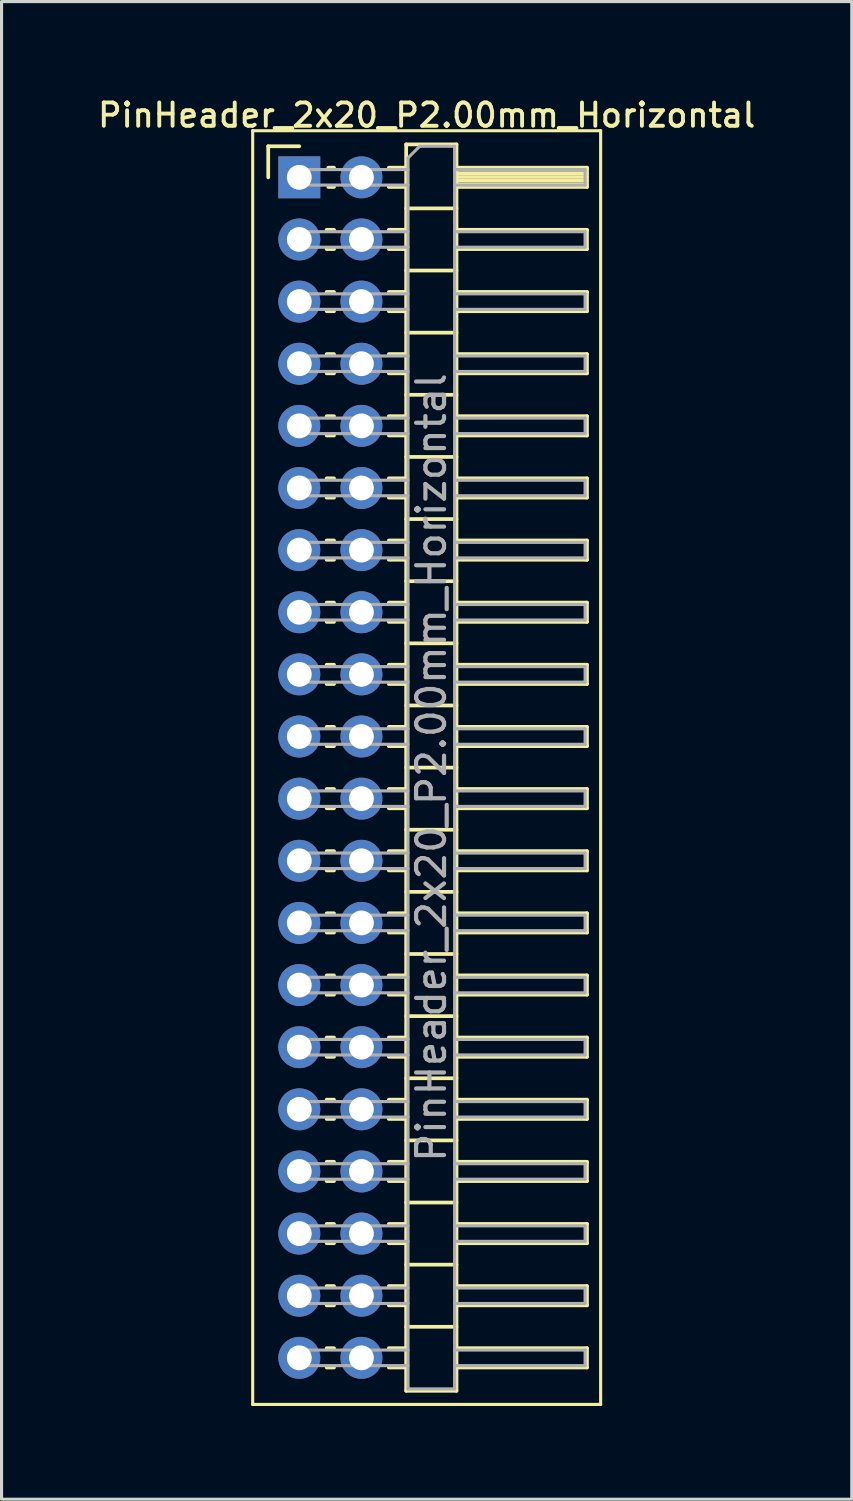
<source format=kicad_pcb>
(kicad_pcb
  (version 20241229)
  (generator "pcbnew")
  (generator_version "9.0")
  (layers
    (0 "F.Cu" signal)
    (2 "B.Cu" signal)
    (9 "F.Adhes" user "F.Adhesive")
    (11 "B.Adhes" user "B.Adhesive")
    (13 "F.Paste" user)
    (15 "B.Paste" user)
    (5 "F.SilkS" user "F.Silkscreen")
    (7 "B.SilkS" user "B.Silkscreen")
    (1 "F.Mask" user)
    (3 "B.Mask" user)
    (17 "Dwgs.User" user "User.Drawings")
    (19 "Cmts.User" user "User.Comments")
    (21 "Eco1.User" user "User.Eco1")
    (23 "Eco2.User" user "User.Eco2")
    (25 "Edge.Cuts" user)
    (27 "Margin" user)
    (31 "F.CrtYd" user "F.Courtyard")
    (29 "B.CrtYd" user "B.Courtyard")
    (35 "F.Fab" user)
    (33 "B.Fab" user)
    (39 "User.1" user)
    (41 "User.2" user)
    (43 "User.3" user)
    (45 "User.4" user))
  (footprint "PinHeader_2x20_P2.00mm_Horizontal"
    (layer "F.Cu")
    (at 6.584 2.658)
    (property "Reference" "PinHeader_2x20_P2.00mm_Horizontal" (at 4.1 -2 0) (layer "F.SilkS") (effects (font (size 0.75 0.75) (thickness 0.125))))
    (attr through_hole)
    (fp_line (start -1.5 -1.5) (end -1.5 39.5) (stroke (width 0.1) (type solid)) (layer "F.SilkS"))
    (fp_line (start -1.5 39.5) (end 9.7 39.5) (stroke (width 0.1) (type solid)) (layer "F.SilkS"))
    (fp_line (start -1 -1) (end 0 -1) (stroke (width 0.12) (type solid)) (layer "F.SilkS"))
    (fp_line (start -1 0) (end -1 -1) (stroke (width 0.12) (type solid)) (layer "F.SilkS"))
    (fp_line (start 0.882 1.69) (end 1.118 1.69) (stroke (width 0.12) (type solid)) (layer "F.SilkS"))
    (fp_line (start 0.882 2.31) (end 1.118 2.31) (stroke (width 0.12) (type solid)) (layer "F.SilkS"))
    (fp_line (start 0.882 3.69) (end 1.118 3.69) (stroke (width 0.12) (type solid)) (layer "F.SilkS"))
    (fp_line (start 0.882 4.31) (end 1.118 4.31) (stroke (width 0.12) (type solid)) (layer "F.SilkS"))
    (fp_line (start 0.882 5.69) (end 1.118 5.69) (stroke (width 0.12) (type solid)) (layer "F.SilkS"))
    (fp_line (start 0.882 6.31) (end 1.118 6.31) (stroke (width 0.12) (type solid)) (layer "F.SilkS"))
    (fp_line (start 0.882 7.69) (end 1.118 7.69) (stroke (width 0.12) (type solid)) (layer "F.SilkS"))
    (fp_line (start 0.882 8.31) (end 1.118 8.31) (stroke (width 0.12) (type solid)) (layer "F.SilkS"))
    (fp_line (start 0.882 9.69) (end 1.118 9.69) (stroke (width 0.12) (type solid)) (layer "F.SilkS"))
    (fp_line (start 0.882 10.31) (end 1.118 10.31) (stroke (width 0.12) (type solid)) (layer "F.SilkS"))
    (fp_line (start 0.882 11.69) (end 1.118 11.69) (stroke (width 0.12) (type solid)) (layer "F.SilkS"))
    (fp_line (start 0.882 12.31) (end 1.118 12.31) (stroke (width 0.12) (type solid)) (layer "F.SilkS"))
    (fp_line (start 0.882 13.69) (end 1.118 13.69) (stroke (width 0.12) (type solid)) (layer "F.SilkS"))
    (fp_line (start 0.882 14.31) (end 1.118 14.31) (stroke (width 0.12) (type solid)) (layer "F.SilkS"))
    (fp_line (start 0.882 15.69) (end 1.118 15.69) (stroke (width 0.12) (type solid)) (layer "F.SilkS"))
    (fp_line (start 0.882 16.31) (end 1.118 16.31) (stroke (width 0.12) (type solid)) (layer "F.SilkS"))
    (fp_line (start 0.882 17.69) (end 1.118 17.69) (stroke (width 0.12) (type solid)) (layer "F.SilkS"))
    (fp_line (start 0.882 18.31) (end 1.118 18.31) (stroke (width 0.12) (type solid)) (layer "F.SilkS"))
    (fp_line (start 0.882 19.69) (end 1.118 19.69) (stroke (width 0.12) (type solid)) (layer "F.SilkS"))
    (fp_line (start 0.882 20.31) (end 1.118 20.31) (stroke (width 0.12) (type solid)) (layer "F.SilkS"))
    (fp_line (start 0.882 21.69) (end 1.118 21.69) (stroke (width 0.12) (type solid)) (layer "F.SilkS"))
    (fp_line (start 0.882 22.31) (end 1.118 22.31) (stroke (width 0.12) (type solid)) (layer "F.SilkS"))
    (fp_line (start 0.882 23.69) (end 1.118 23.69) (stroke (width 0.12) (type solid)) (layer "F.SilkS"))
    (fp_line (start 0.882 24.31) (end 1.118 24.31) (stroke (width 0.12) (type solid)) (layer "F.SilkS"))
    (fp_line (start 0.882 25.69) (end 1.118 25.69) (stroke (width 0.12) (type solid)) (layer "F.SilkS"))
    (fp_line (start 0.882 26.31) (end 1.118 26.31) (stroke (width 0.12) (type solid)) (layer "F.SilkS"))
    (fp_line (start 0.882 27.69) (end 1.118 27.69) (stroke (width 0.12) (type solid)) (layer "F.SilkS"))
    (fp_line (start 0.882 28.31) (end 1.118 28.31) (stroke (width 0.12) (type solid)) (layer "F.SilkS"))
    (fp_line (start 0.882 29.69) (end 1.118 29.69) (stroke (width 0.12) (type solid)) (layer "F.SilkS"))
    (fp_line (start 0.882 30.31) (end 1.118 30.31) (stroke (width 0.12) (type solid)) (layer "F.SilkS"))
    (fp_line (start 0.882 31.69) (end 1.118 31.69) (stroke (width 0.12) (type solid)) (layer "F.SilkS"))
    (fp_line (start 0.882 32.31) (end 1.118 32.31) (stroke (width 0.12) (type solid)) (layer "F.SilkS"))
    (fp_line (start 0.882 33.69) (end 1.118 33.69) (stroke (width 0.12) (type solid)) (layer "F.SilkS"))
    (fp_line (start 0.882 34.31) (end 1.118 34.31) (stroke (width 0.12) (type solid)) (layer "F.SilkS"))
    (fp_line (start 0.882 35.69) (end 1.118 35.69) (stroke (width 0.12) (type solid)) (layer "F.SilkS"))
    (fp_line (start 0.882 36.31) (end 1.118 36.31) (stroke (width 0.12) (type solid)) (layer "F.SilkS"))
    (fp_line (start 0.882 37.69) (end 1.118 37.69) (stroke (width 0.12) (type solid)) (layer "F.SilkS"))
    (fp_line (start 0.882 38.31) (end 1.118 38.31) (stroke (width 0.12) (type solid)) (layer "F.SilkS"))
    (fp_line (start 0.935 -0.31) (end 1.118 -0.31) (stroke (width 0.12) (type solid)) (layer "F.SilkS"))
    (fp_line (start 0.935 0.31) (end 1.118 0.31) (stroke (width 0.12) (type solid)) (layer "F.SilkS"))
    (fp_line (start 2.882 -0.31) (end 3.44 -0.31) (stroke (width 0.12) (type solid)) (layer "F.SilkS"))
    (fp_line (start 2.882 0.31) (end 3.44 0.31) (stroke (width 0.12) (type solid)) (layer "F.SilkS"))
    (fp_line (start 2.882 1.69) (end 3.44 1.69) (stroke (width 0.12) (type solid)) (layer "F.SilkS"))
    (fp_line (start 2.882 2.31) (end 3.44 2.31) (stroke (width 0.12) (type solid)) (layer "F.SilkS"))
    (fp_line (start 2.882 3.69) (end 3.44 3.69) (stroke (width 0.12) (type solid)) (layer "F.SilkS"))
    (fp_line (start 2.882 4.31) (end 3.44 4.31) (stroke (width 0.12) (type solid)) (layer "F.SilkS"))
    (fp_line (start 2.882 5.69) (end 3.44 5.69) (stroke (width 0.12) (type solid)) (layer "F.SilkS"))
    (fp_line (start 2.882 6.31) (end 3.44 6.31) (stroke (width 0.12) (type solid)) (layer "F.SilkS"))
    (fp_line (start 2.882 7.69) (end 3.44 7.69) (stroke (width 0.12) (type solid)) (layer "F.SilkS"))
    (fp_line (start 2.882 8.31) (end 3.44 8.31) (stroke (width 0.12) (type solid)) (layer "F.SilkS"))
    (fp_line (start 2.882 9.69) (end 3.44 9.69) (stroke (width 0.12) (type solid)) (layer "F.SilkS"))
    (fp_line (start 2.882 10.31) (end 3.44 10.31) (stroke (width 0.12) (type solid)) (layer "F.SilkS"))
    (fp_line (start 2.882 11.69) (end 3.44 11.69) (stroke (width 0.12) (type solid)) (layer "F.SilkS"))
    (fp_line (start 2.882 12.31) (end 3.44 12.31) (stroke (width 0.12) (type solid)) (layer "F.SilkS"))
    (fp_line (start 2.882 13.69) (end 3.44 13.69) (stroke (width 0.12) (type solid)) (layer "F.SilkS"))
    (fp_line (start 2.882 14.31) (end 3.44 14.31) (stroke (width 0.12) (type solid)) (layer "F.SilkS"))
    (fp_line (start 2.882 15.69) (end 3.44 15.69) (stroke (width 0.12) (type solid)) (layer "F.SilkS"))
    (fp_line (start 2.882 16.31) (end 3.44 16.31) (stroke (width 0.12) (type solid)) (layer "F.SilkS"))
    (fp_line (start 2.882 17.69) (end 3.44 17.69) (stroke (width 0.12) (type solid)) (layer "F.SilkS"))
    (fp_line (start 2.882 18.31) (end 3.44 18.31) (stroke (width 0.12) (type solid)) (layer "F.SilkS"))
    (fp_line (start 2.882 19.69) (end 3.44 19.69) (stroke (width 0.12) (type solid)) (layer "F.SilkS"))
    (fp_line (start 2.882 20.31) (end 3.44 20.31) (stroke (width 0.12) (type solid)) (layer "F.SilkS"))
    (fp_line (start 2.882 21.69) (end 3.44 21.69) (stroke (width 0.12) (type solid)) (layer "F.SilkS"))
    (fp_line (start 2.882 22.31) (end 3.44 22.31) (stroke (width 0.12) (type solid)) (layer "F.SilkS"))
    (fp_line (start 2.882 23.69) (end 3.44 23.69) (stroke (width 0.12) (type solid)) (layer "F.SilkS"))
    (fp_line (start 2.882 24.31) (end 3.44 24.31) (stroke (width 0.12) (type solid)) (layer "F.SilkS"))
    (fp_line (start 2.882 25.69) (end 3.44 25.69) (stroke (width 0.12) (type solid)) (layer "F.SilkS"))
    (fp_line (start 2.882 26.31) (end 3.44 26.31) (stroke (width 0.12) (type solid)) (layer "F.SilkS"))
    (fp_line (start 2.882 27.69) (end 3.44 27.69) (stroke (width 0.12) (type solid)) (layer "F.SilkS"))
    (fp_line (start 2.882 28.31) (end 3.44 28.31) (stroke (width 0.12) (type solid)) (layer "F.SilkS"))
    (fp_line (start 2.882 29.69) (end 3.44 29.69) (stroke (width 0.12) (type solid)) (layer "F.SilkS"))
    (fp_line (start 2.882 30.31) (end 3.44 30.31) (stroke (width 0.12) (type solid)) (layer "F.SilkS"))
    (fp_line (start 2.882 31.69) (end 3.44 31.69) (stroke (width 0.12) (type solid)) (layer "F.SilkS"))
    (fp_line (start 2.882 32.31) (end 3.44 32.31) (stroke (width 0.12) (type solid)) (layer "F.SilkS"))
    (fp_line (start 2.882 33.69) (end 3.44 33.69) (stroke (width 0.12) (type solid)) (layer "F.SilkS"))
    (fp_line (start 2.882 34.31) (end 3.44 34.31) (stroke (width 0.12) (type solid)) (layer "F.SilkS"))
    (fp_line (start 2.882 35.69) (end 3.44 35.69) (stroke (width 0.12) (type solid)) (layer "F.SilkS"))
    (fp_line (start 2.882 36.31) (end 3.44 36.31) (stroke (width 0.12) (type solid)) (layer "F.SilkS"))
    (fp_line (start 2.882 37.69) (end 3.44 37.69) (stroke (width 0.12) (type solid)) (layer "F.SilkS"))
    (fp_line (start 2.882 38.31) (end 3.44 38.31) (stroke (width 0.12) (type solid)) (layer "F.SilkS"))
    (fp_line (start 3.44 -1.06) (end 3.44 39.06) (stroke (width 0.12) (type solid)) (layer "F.SilkS"))
    (fp_line (start 3.44 1) (end 5.06 1) (stroke (width 0.12) (type solid)) (layer "F.SilkS"))
    (fp_line (start 3.44 3) (end 5.06 3) (stroke (width 0.12) (type solid)) (layer "F.SilkS"))
    (fp_line (start 3.44 5) (end 5.06 5) (stroke (width 0.12) (type solid)) (layer "F.SilkS"))
    (fp_line (start 3.44 7) (end 5.06 7) (stroke (width 0.12) (type solid)) (layer "F.SilkS"))
    (fp_line (start 3.44 9) (end 5.06 9) (stroke (width 0.12) (type solid)) (layer "F.SilkS"))
    (fp_line (start 3.44 11) (end 5.06 11) (stroke (width 0.12) (type solid)) (layer "F.SilkS"))
    (fp_line (start 3.44 13) (end 5.06 13) (stroke (width 0.12) (type solid)) (layer "F.SilkS"))
    (fp_line (start 3.44 15) (end 5.06 15) (stroke (width 0.12) (type solid)) (layer "F.SilkS"))
    (fp_line (start 3.44 17) (end 5.06 17) (stroke (width 0.12) (type solid)) (layer "F.SilkS"))
    (fp_line (start 3.44 19) (end 5.06 19) (stroke (width 0.12) (type solid)) (layer "F.SilkS"))
    (fp_line (start 3.44 21) (end 5.06 21) (stroke (width 0.12) (type solid)) (layer "F.SilkS"))
    (fp_line (start 3.44 23) (end 5.06 23) (stroke (width 0.12) (type solid)) (layer "F.SilkS"))
    (fp_line (start 3.44 25) (end 5.06 25) (stroke (width 0.12) (type solid)) (layer "F.SilkS"))
    (fp_line (start 3.44 27) (end 5.06 27) (stroke (width 0.12) (type solid)) (layer "F.SilkS"))
    (fp_line (start 3.44 29) (end 5.06 29) (stroke (width 0.12) (type solid)) (layer "F.SilkS"))
    (fp_line (start 3.44 31) (end 5.06 31) (stroke (width 0.12) (type solid)) (layer "F.SilkS"))
    (fp_line (start 3.44 33) (end 5.06 33) (stroke (width 0.12) (type solid)) (layer "F.SilkS"))
    (fp_line (start 3.44 35) (end 5.06 35) (stroke (width 0.12) (type solid)) (layer "F.SilkS"))
    (fp_line (start 3.44 37) (end 5.06 37) (stroke (width 0.12) (type solid)) (layer "F.SilkS"))
    (fp_line (start 3.44 39.06) (end 5.06 39.06) (stroke (width 0.12) (type solid)) (layer "F.SilkS"))
    (fp_line (start 5.06 -1.06) (end 3.44 -1.06) (stroke (width 0.12) (type solid)) (layer "F.SilkS"))
    (fp_line (start 5.06 -0.31) (end 9.26 -0.31) (stroke (width 0.12) (type solid)) (layer "F.SilkS"))
    (fp_line (start 5.06 -0.25) (end 9.26 -0.25) (stroke (width 0.12) (type solid)) (layer "F.SilkS"))
    (fp_line (start 5.06 -0.13) (end 9.26 -0.13) (stroke (width 0.12) (type solid)) (layer "F.SilkS"))
    (fp_line (start 5.06 -0.01) (end 9.26 -0.01) (stroke (width 0.12) (type solid)) (layer "F.SilkS"))
    (fp_line (start 5.06 0.11) (end 9.26 0.11) (stroke (width 0.12) (type solid)) (layer "F.SilkS"))
    (fp_line (start 5.06 0.23) (end 9.26 0.23) (stroke (width 0.12) (type solid)) (layer "F.SilkS"))
    (fp_line (start 5.06 1.69) (end 9.26 1.69) (stroke (width 0.12) (type solid)) (layer "F.SilkS"))
    (fp_line (start 5.06 3.69) (end 9.26 3.69) (stroke (width 0.12) (type solid)) (layer "F.SilkS"))
    (fp_line (start 5.06 5.69) (end 9.26 5.69) (stroke (width 0.12) (type solid)) (layer "F.SilkS"))
    (fp_line (start 5.06 7.69) (end 9.26 7.69) (stroke (width 0.12) (type solid)) (layer "F.SilkS"))
    (fp_line (start 5.06 9.69) (end 9.26 9.69) (stroke (width 0.12) (type solid)) (layer "F.SilkS"))
    (fp_line (start 5.06 11.69) (end 9.26 11.69) (stroke (width 0.12) (type solid)) (layer "F.SilkS"))
    (fp_line (start 5.06 13.69) (end 9.26 13.69) (stroke (width 0.12) (type solid)) (layer "F.SilkS"))
    (fp_line (start 5.06 15.69) (end 9.26 15.69) (stroke (width 0.12) (type solid)) (layer "F.SilkS"))
    (fp_line (start 5.06 17.69) (end 9.26 17.69) (stroke (width 0.12) (type solid)) (layer "F.SilkS"))
    (fp_line (start 5.06 19.69) (end 9.26 19.69) (stroke (width 0.12) (type solid)) (layer "F.SilkS"))
    (fp_line (start 5.06 21.69) (end 9.26 21.69) (stroke (width 0.12) (type solid)) (layer "F.SilkS"))
    (fp_line (start 5.06 23.69) (end 9.26 23.69) (stroke (width 0.12) (type solid)) (layer "F.SilkS"))
    (fp_line (start 5.06 25.69) (end 9.26 25.69) (stroke (width 0.12) (type solid)) (layer "F.SilkS"))
    (fp_line (start 5.06 27.69) (end 9.26 27.69) (stroke (width 0.12) (type solid)) (layer "F.SilkS"))
    (fp_line (start 5.06 29.69) (end 9.26 29.69) (stroke (width 0.12) (type solid)) (layer "F.SilkS"))
    (fp_line (start 5.06 31.69) (end 9.26 31.69) (stroke (width 0.12) (type solid)) (layer "F.SilkS"))
    (fp_line (start 5.06 33.69) (end 9.26 33.69) (stroke (width 0.12) (type solid)) (layer "F.SilkS"))
    (fp_line (start 5.06 35.69) (end 9.26 35.69) (stroke (width 0.12) (type solid)) (layer "F.SilkS"))
    (fp_line (start 5.06 37.69) (end 9.26 37.69) (stroke (width 0.12) (type solid)) (layer "F.SilkS"))
    (fp_line (start 5.06 39.06) (end 5.06 -1.06) (stroke (width 0.12) (type solid)) (layer "F.SilkS"))
    (fp_line (start 9.26 -0.31) (end 9.26 0.31) (stroke (width 0.12) (type solid)) (layer "F.SilkS"))
    (fp_line (start 9.26 0.31) (end 5.06 0.31) (stroke (width 0.12) (type solid)) (layer "F.SilkS"))
    (fp_line (start 9.26 1.69) (end 9.26 2.31) (stroke (width 0.12) (type solid)) (layer "F.SilkS"))
    (fp_line (start 9.26 2.31) (end 5.06 2.31) (stroke (width 0.12) (type solid)) (layer "F.SilkS"))
    (fp_line (start 9.26 3.69) (end 9.26 4.31) (stroke (width 0.12) (type solid)) (layer "F.SilkS"))
    (fp_line (start 9.26 4.31) (end 5.06 4.31) (stroke (width 0.12) (type solid)) (layer "F.SilkS"))
    (fp_line (start 9.26 5.69) (end 9.26 6.31) (stroke (width 0.12) (type solid)) (layer "F.SilkS"))
    (fp_line (start 9.26 6.31) (end 5.06 6.31) (stroke (width 0.12) (type solid)) (layer "F.SilkS"))
    (fp_line (start 9.26 7.69) (end 9.26 8.31) (stroke (width 0.12) (type solid)) (layer "F.SilkS"))
    (fp_line (start 9.26 8.31) (end 5.06 8.31) (stroke (width 0.12) (type solid)) (layer "F.SilkS"))
    (fp_line (start 9.26 9.69) (end 9.26 10.31) (stroke (width 0.12) (type solid)) (layer "F.SilkS"))
    (fp_line (start 9.26 10.31) (end 5.06 10.31) (stroke (width 0.12) (type solid)) (layer "F.SilkS"))
    (fp_line (start 9.26 11.69) (end 9.26 12.31) (stroke (width 0.12) (type solid)) (layer "F.SilkS"))
    (fp_line (start 9.26 12.31) (end 5.06 12.31) (stroke (width 0.12) (type solid)) (layer "F.SilkS"))
    (fp_line (start 9.26 13.69) (end 9.26 14.31) (stroke (width 0.12) (type solid)) (layer "F.SilkS"))
    (fp_line (start 9.26 14.31) (end 5.06 14.31) (stroke (width 0.12) (type solid)) (layer "F.SilkS"))
    (fp_line (start 9.26 15.69) (end 9.26 16.31) (stroke (width 0.12) (type solid)) (layer "F.SilkS"))
    (fp_line (start 9.26 16.31) (end 5.06 16.31) (stroke (width 0.12) (type solid)) (layer "F.SilkS"))
    (fp_line (start 9.26 17.69) (end 9.26 18.31) (stroke (width 0.12) (type solid)) (layer "F.SilkS"))
    (fp_line (start 9.26 18.31) (end 5.06 18.31) (stroke (width 0.12) (type solid)) (layer "F.SilkS"))
    (fp_line (start 9.26 19.69) (end 9.26 20.31) (stroke (width 0.12) (type solid)) (layer "F.SilkS"))
    (fp_line (start 9.26 20.31) (end 5.06 20.31) (stroke (width 0.12) (type solid)) (layer "F.SilkS"))
    (fp_line (start 9.26 21.69) (end 9.26 22.31) (stroke (width 0.12) (type solid)) (layer "F.SilkS"))
    (fp_line (start 9.26 22.31) (end 5.06 22.31) (stroke (width 0.12) (type solid)) (layer "F.SilkS"))
    (fp_line (start 9.26 23.69) (end 9.26 24.31) (stroke (width 0.12) (type solid)) (layer "F.SilkS"))
    (fp_line (start 9.26 24.31) (end 5.06 24.31) (stroke (width 0.12) (type solid)) (layer "F.SilkS"))
    (fp_line (start 9.26 25.69) (end 9.26 26.31) (stroke (width 0.12) (type solid)) (layer "F.SilkS"))
    (fp_line (start 9.26 26.31) (end 5.06 26.31) (stroke (width 0.12) (type solid)) (layer "F.SilkS"))
    (fp_line (start 9.26 27.69) (end 9.26 28.31) (stroke (width 0.12) (type solid)) (layer "F.SilkS"))
    (fp_line (start 9.26 28.31) (end 5.06 28.31) (stroke (width 0.12) (type solid)) (layer "F.SilkS"))
    (fp_line (start 9.26 29.69) (end 9.26 30.31) (stroke (width 0.12) (type solid)) (layer "F.SilkS"))
    (fp_line (start 9.26 30.31) (end 5.06 30.31) (stroke (width 0.12) (type solid)) (layer "F.SilkS"))
    (fp_line (start 9.26 31.69) (end 9.26 32.31) (stroke (width 0.12) (type solid)) (layer "F.SilkS"))
    (fp_line (start 9.26 32.31) (end 5.06 32.31) (stroke (width 0.12) (type solid)) (layer "F.SilkS"))
    (fp_line (start 9.26 33.69) (end 9.26 34.31) (stroke (width 0.12) (type solid)) (layer "F.SilkS"))
    (fp_line (start 9.26 34.31) (end 5.06 34.31) (stroke (width 0.12) (type solid)) (layer "F.SilkS"))
    (fp_line (start 9.26 35.69) (end 9.26 36.31) (stroke (width 0.12) (type solid)) (layer "F.SilkS"))
    (fp_line (start 9.26 36.31) (end 5.06 36.31) (stroke (width 0.12) (type solid)) (layer "F.SilkS"))
    (fp_line (start 9.26 37.69) (end 9.26 38.31) (stroke (width 0.12) (type solid)) (layer "F.SilkS"))
    (fp_line (start 9.26 38.31) (end 5.06 38.31) (stroke (width 0.12) (type solid)) (layer "F.SilkS"))
    (fp_line (start 9.7 -1.5) (end -1.5 -1.5) (stroke (width 0.1) (type solid)) (layer "F.SilkS"))
    (fp_line (start 9.7 39.5) (end 9.7 -1.5) (stroke (width 0.1) (type solid)) (layer "F.SilkS"))
    (fp_line (start -0.25 -0.25) (end -0.25 0.25) (stroke (width 0.1) (type solid)) (layer "F.Fab"))
    (fp_line (start -0.25 -0.25) (end 3.5 -0.25) (stroke (width 0.1) (type solid)) (layer "F.Fab"))
    (fp_line (start -0.25 0.25) (end 3.5 0.25) (stroke (width 0.1) (type solid)) (layer "F.Fab"))
    (fp_line (start -0.25 1.75) (end -0.25 2.25) (stroke (width 0.1) (type solid)) (layer "F.Fab"))
    (fp_line (start -0.25 1.75) (end 3.5 1.75) (stroke (width 0.1) (type solid)) (layer "F.Fab"))
    (fp_line (start -0.25 2.25) (end 3.5 2.25) (stroke (width 0.1) (type solid)) (layer "F.Fab"))
    (fp_line (start -0.25 3.75) (end -0.25 4.25) (stroke (width 0.1) (type solid)) (layer "F.Fab"))
    (fp_line (start -0.25 3.75) (end 3.5 3.75) (stroke (width 0.1) (type solid)) (layer "F.Fab"))
    (fp_line (start -0.25 4.25) (end 3.5 4.25) (stroke (width 0.1) (type solid)) (layer "F.Fab"))
    (fp_line (start -0.25 5.75) (end -0.25 6.25) (stroke (width 0.1) (type solid)) (layer "F.Fab"))
    (fp_line (start -0.25 5.75) (end 3.5 5.75) (stroke (width 0.1) (type solid)) (layer "F.Fab"))
    (fp_line (start -0.25 6.25) (end 3.5 6.25) (stroke (width 0.1) (type solid)) (layer "F.Fab"))
    (fp_line (start -0.25 7.75) (end -0.25 8.25) (stroke (width 0.1) (type solid)) (layer "F.Fab"))
    (fp_line (start -0.25 7.75) (end 3.5 7.75) (stroke (width 0.1) (type solid)) (layer "F.Fab"))
    (fp_line (start -0.25 8.25) (end 3.5 8.25) (stroke (width 0.1) (type solid)) (layer "F.Fab"))
    (fp_line (start -0.25 9.75) (end -0.25 10.25) (stroke (width 0.1) (type solid)) (layer "F.Fab"))
    (fp_line (start -0.25 9.75) (end 3.5 9.75) (stroke (width 0.1) (type solid)) (layer "F.Fab"))
    (fp_line (start -0.25 10.25) (end 3.5 10.25) (stroke (width 0.1) (type solid)) (layer "F.Fab"))
    (fp_line (start -0.25 11.75) (end -0.25 12.25) (stroke (width 0.1) (type solid)) (layer "F.Fab"))
    (fp_line (start -0.25 11.75) (end 3.5 11.75) (stroke (width 0.1) (type solid)) (layer "F.Fab"))
    (fp_line (start -0.25 12.25) (end 3.5 12.25) (stroke (width 0.1) (type solid)) (layer "F.Fab"))
    (fp_line (start -0.25 13.75) (end -0.25 14.25) (stroke (width 0.1) (type solid)) (layer "F.Fab"))
    (fp_line (start -0.25 13.75) (end 3.5 13.75) (stroke (width 0.1) (type solid)) (layer "F.Fab"))
    (fp_line (start -0.25 14.25) (end 3.5 14.25) (stroke (width 0.1) (type solid)) (layer "F.Fab"))
    (fp_line (start -0.25 15.75) (end -0.25 16.25) (stroke (width 0.1) (type solid)) (layer "F.Fab"))
    (fp_line (start -0.25 15.75) (end 3.5 15.75) (stroke (width 0.1) (type solid)) (layer "F.Fab"))
    (fp_line (start -0.25 16.25) (end 3.5 16.25) (stroke (width 0.1) (type solid)) (layer "F.Fab"))
    (fp_line (start -0.25 17.75) (end -0.25 18.25) (stroke (width 0.1) (type solid)) (layer "F.Fab"))
    (fp_line (start -0.25 17.75) (end 3.5 17.75) (stroke (width 0.1) (type solid)) (layer "F.Fab"))
    (fp_line (start -0.25 18.25) (end 3.5 18.25) (stroke (width 0.1) (type solid)) (layer "F.Fab"))
    (fp_line (start -0.25 19.75) (end -0.25 20.25) (stroke (width 0.1) (type solid)) (layer "F.Fab"))
    (fp_line (start -0.25 19.75) (end 3.5 19.75) (stroke (width 0.1) (type solid)) (layer "F.Fab"))
    (fp_line (start -0.25 20.25) (end 3.5 20.25) (stroke (width 0.1) (type solid)) (layer "F.Fab"))
    (fp_line (start -0.25 21.75) (end -0.25 22.25) (stroke (width 0.1) (type solid)) (layer "F.Fab"))
    (fp_line (start -0.25 21.75) (end 3.5 21.75) (stroke (width 0.1) (type solid)) (layer "F.Fab"))
    (fp_line (start -0.25 22.25) (end 3.5 22.25) (stroke (width 0.1) (type solid)) (layer "F.Fab"))
    (fp_line (start -0.25 23.75) (end -0.25 24.25) (stroke (width 0.1) (type solid)) (layer "F.Fab"))
    (fp_line (start -0.25 23.75) (end 3.5 23.75) (stroke (width 0.1) (type solid)) (layer "F.Fab"))
    (fp_line (start -0.25 24.25) (end 3.5 24.25) (stroke (width 0.1) (type solid)) (layer "F.Fab"))
    (fp_line (start -0.25 25.75) (end -0.25 26.25) (stroke (width 0.1) (type solid)) (layer "F.Fab"))
    (fp_line (start -0.25 25.75) (end 3.5 25.75) (stroke (width 0.1) (type solid)) (layer "F.Fab"))
    (fp_line (start -0.25 26.25) (end 3.5 26.25) (stroke (width 0.1) (type solid)) (layer "F.Fab"))
    (fp_line (start -0.25 27.75) (end -0.25 28.25) (stroke (width 0.1) (type solid)) (layer "F.Fab"))
    (fp_line (start -0.25 27.75) (end 3.5 27.75) (stroke (width 0.1) (type solid)) (layer "F.Fab"))
    (fp_line (start -0.25 28.25) (end 3.5 28.25) (stroke (width 0.1) (type solid)) (layer "F.Fab"))
    (fp_line (start -0.25 29.75) (end -0.25 30.25) (stroke (width 0.1) (type solid)) (layer "F.Fab"))
    (fp_line (start -0.25 29.75) (end 3.5 29.75) (stroke (width 0.1) (type solid)) (layer "F.Fab"))
    (fp_line (start -0.25 30.25) (end 3.5 30.25) (stroke (width 0.1) (type solid)) (layer "F.Fab"))
    (fp_line (start -0.25 31.75) (end -0.25 32.25) (stroke (width 0.1) (type solid)) (layer "F.Fab"))
    (fp_line (start -0.25 31.75) (end 3.5 31.75) (stroke (width 0.1) (type solid)) (layer "F.Fab"))
    (fp_line (start -0.25 32.25) (end 3.5 32.25) (stroke (width 0.1) (type solid)) (layer "F.Fab"))
    (fp_line (start -0.25 33.75) (end -0.25 34.25) (stroke (width 0.1) (type solid)) (layer "F.Fab"))
    (fp_line (start -0.25 33.75) (end 3.5 33.75) (stroke (width 0.1) (type solid)) (layer "F.Fab"))
    (fp_line (start -0.25 34.25) (end 3.5 34.25) (stroke (width 0.1) (type solid)) (layer "F.Fab"))
    (fp_line (start -0.25 35.75) (end -0.25 36.25) (stroke (width 0.1) (type solid)) (layer "F.Fab"))
    (fp_line (start -0.25 35.75) (end 3.5 35.75) (stroke (width 0.1) (type solid)) (layer "F.Fab"))
    (fp_line (start -0.25 36.25) (end 3.5 36.25) (stroke (width 0.1) (type solid)) (layer "F.Fab"))
    (fp_line (start -0.25 37.75) (end -0.25 38.25) (stroke (width 0.1) (type solid)) (layer "F.Fab"))
    (fp_line (start -0.25 37.75) (end 3.5 37.75) (stroke (width 0.1) (type solid)) (layer "F.Fab"))
    (fp_line (start -0.25 38.25) (end 3.5 38.25) (stroke (width 0.1) (type solid)) (layer "F.Fab"))
    (fp_line (start 3.5 -0.625) (end 3.875 -1) (stroke (width 0.1) (type solid)) (layer "F.Fab"))
    (fp_line (start 3.5 39) (end 3.5 -0.625) (stroke (width 0.1) (type solid)) (layer "F.Fab"))
    (fp_line (start 3.875 -1) (end 5 -1) (stroke (width 0.1) (type solid)) (layer "F.Fab"))
    (fp_line (start 5 -1) (end 5 39) (stroke (width 0.1) (type solid)) (layer "F.Fab"))
    (fp_line (start 5 -0.25) (end 9.2 -0.25) (stroke (width 0.1) (type solid)) (layer "F.Fab"))
    (fp_line (start 5 0.25) (end 9.2 0.25) (stroke (width 0.1) (type solid)) (layer "F.Fab"))
    (fp_line (start 5 1.75) (end 9.2 1.75) (stroke (width 0.1) (type solid)) (layer "F.Fab"))
    (fp_line (start 5 2.25) (end 9.2 2.25) (stroke (width 0.1) (type solid)) (layer "F.Fab"))
    (fp_line (start 5 3.75) (end 9.2 3.75) (stroke (width 0.1) (type solid)) (layer "F.Fab"))
    (fp_line (start 5 4.25) (end 9.2 4.25) (stroke (width 0.1) (type solid)) (layer "F.Fab"))
    (fp_line (start 5 5.75) (end 9.2 5.75) (stroke (width 0.1) (type solid)) (layer "F.Fab"))
    (fp_line (start 5 6.25) (end 9.2 6.25) (stroke (width 0.1) (type solid)) (layer "F.Fab"))
    (fp_line (start 5 7.75) (end 9.2 7.75) (stroke (width 0.1) (type solid)) (layer "F.Fab"))
    (fp_line (start 5 8.25) (end 9.2 8.25) (stroke (width 0.1) (type solid)) (layer "F.Fab"))
    (fp_line (start 5 9.75) (end 9.2 9.75) (stroke (width 0.1) (type solid)) (layer "F.Fab"))
    (fp_line (start 5 10.25) (end 9.2 10.25) (stroke (width 0.1) (type solid)) (layer "F.Fab"))
    (fp_line (start 5 11.75) (end 9.2 11.75) (stroke (width 0.1) (type solid)) (layer "F.Fab"))
    (fp_line (start 5 12.25) (end 9.2 12.25) (stroke (width 0.1) (type solid)) (layer "F.Fab"))
    (fp_line (start 5 13.75) (end 9.2 13.75) (stroke (width 0.1) (type solid)) (layer "F.Fab"))
    (fp_line (start 5 14.25) (end 9.2 14.25) (stroke (width 0.1) (type solid)) (layer "F.Fab"))
    (fp_line (start 5 15.75) (end 9.2 15.75) (stroke (width 0.1) (type solid)) (layer "F.Fab"))
    (fp_line (start 5 16.25) (end 9.2 16.25) (stroke (width 0.1) (type solid)) (layer "F.Fab"))
    (fp_line (start 5 17.75) (end 9.2 17.75) (stroke (width 0.1) (type solid)) (layer "F.Fab"))
    (fp_line (start 5 18.25) (end 9.2 18.25) (stroke (width 0.1) (type solid)) (layer "F.Fab"))
    (fp_line (start 5 19.75) (end 9.2 19.75) (stroke (width 0.1) (type solid)) (layer "F.Fab"))
    (fp_line (start 5 20.25) (end 9.2 20.25) (stroke (width 0.1) (type solid)) (layer "F.Fab"))
    (fp_line (start 5 21.75) (end 9.2 21.75) (stroke (width 0.1) (type solid)) (layer "F.Fab"))
    (fp_line (start 5 22.25) (end 9.2 22.25) (stroke (width 0.1) (type solid)) (layer "F.Fab"))
    (fp_line (start 5 23.75) (end 9.2 23.75) (stroke (width 0.1) (type solid)) (layer "F.Fab"))
    (fp_line (start 5 24.25) (end 9.2 24.25) (stroke (width 0.1) (type solid)) (layer "F.Fab"))
    (fp_line (start 5 25.75) (end 9.2 25.75) (stroke (width 0.1) (type solid)) (layer "F.Fab"))
    (fp_line (start 5 26.25) (end 9.2 26.25) (stroke (width 0.1) (type solid)) (layer "F.Fab"))
    (fp_line (start 5 27.75) (end 9.2 27.75) (stroke (width 0.1) (type solid)) (layer "F.Fab"))
    (fp_line (start 5 28.25) (end 9.2 28.25) (stroke (width 0.1) (type solid)) (layer "F.Fab"))
    (fp_line (start 5 29.75) (end 9.2 29.75) (stroke (width 0.1) (type solid)) (layer "F.Fab"))
    (fp_line (start 5 30.25) (end 9.2 30.25) (stroke (width 0.1) (type solid)) (layer "F.Fab"))
    (fp_line (start 5 31.75) (end 9.2 31.75) (stroke (width 0.1) (type solid)) (layer "F.Fab"))
    (fp_line (start 5 32.25) (end 9.2 32.25) (stroke (width 0.1) (type solid)) (layer "F.Fab"))
    (fp_line (start 5 33.75) (end 9.2 33.75) (stroke (width 0.1) (type solid)) (layer "F.Fab"))
    (fp_line (start 5 34.25) (end 9.2 34.25) (stroke (width 0.1) (type solid)) (layer "F.Fab"))
    (fp_line (start 5 35.75) (end 9.2 35.75) (stroke (width 0.1) (type solid)) (layer "F.Fab"))
    (fp_line (start 5 36.25) (end 9.2 36.25) (stroke (width 0.1) (type solid)) (layer "F.Fab"))
    (fp_line (start 5 37.75) (end 9.2 37.75) (stroke (width 0.1) (type solid)) (layer "F.Fab"))
    (fp_line (start 5 38.25) (end 9.2 38.25) (stroke (width 0.1) (type solid)) (layer "F.Fab"))
    (fp_line (start 5 39) (end 3.5 39) (stroke (width 0.1) (type solid)) (layer "F.Fab"))
    (fp_line (start 9.2 -0.25) (end 9.2 0.25) (stroke (width 0.1) (type solid)) (layer "F.Fab"))
    (fp_line (start 9.2 1.75) (end 9.2 2.25) (stroke (width 0.1) (type solid)) (layer "F.Fab"))
    (fp_line (start 9.2 3.75) (end 9.2 4.25) (stroke (width 0.1) (type solid)) (layer "F.Fab"))
    (fp_line (start 9.2 5.75) (end 9.2 6.25) (stroke (width 0.1) (type solid)) (layer "F.Fab"))
    (fp_line (start 9.2 7.75) (end 9.2 8.25) (stroke (width 0.1) (type solid)) (layer "F.Fab"))
    (fp_line (start 9.2 9.75) (end 9.2 10.25) (stroke (width 0.1) (type solid)) (layer "F.Fab"))
    (fp_line (start 9.2 11.75) (end 9.2 12.25) (stroke (width 0.1) (type solid)) (layer "F.Fab"))
    (fp_line (start 9.2 13.75) (end 9.2 14.25) (stroke (width 0.1) (type solid)) (layer "F.Fab"))
    (fp_line (start 9.2 15.75) (end 9.2 16.25) (stroke (width 0.1) (type solid)) (layer "F.Fab"))
    (fp_line (start 9.2 17.75) (end 9.2 18.25) (stroke (width 0.1) (type solid)) (layer "F.Fab"))
    (fp_line (start 9.2 19.75) (end 9.2 20.25) (stroke (width 0.1) (type solid)) (layer "F.Fab"))
    (fp_line (start 9.2 21.75) (end 9.2 22.25) (stroke (width 0.1) (type solid)) (layer "F.Fab"))
    (fp_line (start 9.2 23.75) (end 9.2 24.25) (stroke (width 0.1) (type solid)) (layer "F.Fab"))
    (fp_line (start 9.2 25.75) (end 9.2 26.25) (stroke (width 0.1) (type solid)) (layer "F.Fab"))
    (fp_line (start 9.2 27.75) (end 9.2 28.25) (stroke (width 0.1) (type solid)) (layer "F.Fab"))
    (fp_line (start 9.2 29.75) (end 9.2 30.25) (stroke (width 0.1) (type solid)) (layer "F.Fab"))
    (fp_line (start 9.2 31.75) (end 9.2 32.25) (stroke (width 0.1) (type solid)) (layer "F.Fab"))
    (fp_line (start 9.2 33.75) (end 9.2 34.25) (stroke (width 0.1) (type solid)) (layer "F.Fab"))
    (fp_line (start 9.2 35.75) (end 9.2 36.25) (stroke (width 0.1) (type solid)) (layer "F.Fab"))
    (fp_line (start 9.2 37.75) (end 9.2 38.25) (stroke (width 0.1) (type solid)) (layer "F.Fab"))
    (fp_text user "${REFERENCE}" (at 4.25 19 90) (layer "F.Fab") (effects (font (size 0.9 0.9) (thickness 0.135))))
    (pad "1" thru_hole rect (at 0 0) (size 1.35 1.35) (drill 0.8) (layers "*.Cu" "*.Mask"))
    (pad "2" thru_hole oval (at 2 0) (size 1.35 1.35) (drill 0.8) (layers "*.Cu" "*.Mask"))
    (pad "3" thru_hole oval (at 0 2) (size 1.35 1.35) (drill 0.8) (layers "*.Cu" "*.Mask"))
    (pad "4" thru_hole oval (at 2 2) (size 1.35 1.35) (drill 0.8) (layers "*.Cu" "*.Mask"))
    (pad "5" thru_hole oval (at 0 4) (size 1.35 1.35) (drill 0.8) (layers "*.Cu" "*.Mask"))
    (pad "6" thru_hole oval (at 2 4) (size 1.35 1.35) (drill 0.8) (layers "*.Cu" "*.Mask"))
    (pad "7" thru_hole oval (at 0 6) (size 1.35 1.35) (drill 0.8) (layers "*.Cu" "*.Mask"))
    (pad "8" thru_hole oval (at 2 6) (size 1.35 1.35) (drill 0.8) (layers "*.Cu" "*.Mask"))
    (pad "9" thru_hole oval (at 0 8) (size 1.35 1.35) (drill 0.8) (layers "*.Cu" "*.Mask"))
    (pad "10" thru_hole oval (at 2 8) (size 1.35 1.35) (drill 0.8) (layers "*.Cu" "*.Mask"))
    (pad "11" thru_hole oval (at 0 10) (size 1.35 1.35) (drill 0.8) (layers "*.Cu" "*.Mask"))
    (pad "12" thru_hole oval (at 2 10) (size 1.35 1.35) (drill 0.8) (layers "*.Cu" "*.Mask"))
    (pad "13" thru_hole oval (at 0 12) (size 1.35 1.35) (drill 0.8) (layers "*.Cu" "*.Mask"))
    (pad "14" thru_hole oval (at 2 12) (size 1.35 1.35) (drill 0.8) (layers "*.Cu" "*.Mask"))
    (pad "15" thru_hole oval (at 0 14) (size 1.35 1.35) (drill 0.8) (layers "*.Cu" "*.Mask"))
    (pad "16" thru_hole oval (at 2 14) (size 1.35 1.35) (drill 0.8) (layers "*.Cu" "*.Mask"))
    (pad "17" thru_hole oval (at 0 16) (size 1.35 1.35) (drill 0.8) (layers "*.Cu" "*.Mask"))
    (pad "18" thru_hole oval (at 2 16) (size 1.35 1.35) (drill 0.8) (layers "*.Cu" "*.Mask"))
    (pad "19" thru_hole oval (at 0 18) (size 1.35 1.35) (drill 0.8) (layers "*.Cu" "*.Mask"))
    (pad "20" thru_hole oval (at 2 18) (size 1.35 1.35) (drill 0.8) (layers "*.Cu" "*.Mask"))
    (pad "21" thru_hole oval (at 0 20) (size 1.35 1.35) (drill 0.8) (layers "*.Cu" "*.Mask"))
    (pad "22" thru_hole oval (at 2 20) (size 1.35 1.35) (drill 0.8) (layers "*.Cu" "*.Mask"))
    (pad "23" thru_hole oval (at 0 22) (size 1.35 1.35) (drill 0.8) (layers "*.Cu" "*.Mask"))
    (pad "24" thru_hole oval (at 2 22) (size 1.35 1.35) (drill 0.8) (layers "*.Cu" "*.Mask"))
    (pad "25" thru_hole oval (at 0 24) (size 1.35 1.35) (drill 0.8) (layers "*.Cu" "*.Mask"))
    (pad "26" thru_hole oval (at 2 24) (size 1.35 1.35) (drill 0.8) (layers "*.Cu" "*.Mask"))
    (pad "27" thru_hole oval (at 0 26) (size 1.35 1.35) (drill 0.8) (layers "*.Cu" "*.Mask"))
    (pad "28" thru_hole oval (at 2 26) (size 1.35 1.35) (drill 0.8) (layers "*.Cu" "*.Mask"))
    (pad "29" thru_hole oval (at 0 28) (size 1.35 1.35) (drill 0.8) (layers "*.Cu" "*.Mask"))
    (pad "30" thru_hole oval (at 2 28) (size 1.35 1.35) (drill 0.8) (layers "*.Cu" "*.Mask"))
    (pad "31" thru_hole oval (at 0 30) (size 1.35 1.35) (drill 0.8) (layers "*.Cu" "*.Mask"))
    (pad "32" thru_hole oval (at 2 30) (size 1.35 1.35) (drill 0.8) (layers "*.Cu" "*.Mask"))
    (pad "33" thru_hole oval (at 0 32) (size 1.35 1.35) (drill 0.8) (layers "*.Cu" "*.Mask"))
    (pad "34" thru_hole oval (at 2 32) (size 1.35 1.35) (drill 0.8) (layers "*.Cu" "*.Mask"))
    (pad "35" thru_hole oval (at 0 34) (size 1.35 1.35) (drill 0.8) (layers "*.Cu" "*.Mask"))
    (pad "36" thru_hole oval (at 2 34) (size 1.35 1.35) (drill 0.8) (layers "*.Cu" "*.Mask"))
    (pad "37" thru_hole oval (at 0 36) (size 1.35 1.35) (drill 0.8) (layers "*.Cu" "*.Mask"))
    (pad "38" thru_hole oval (at 2 36) (size 1.35 1.35) (drill 0.8) (layers "*.Cu" "*.Mask"))
    (pad "39" thru_hole oval (at 0 38) (size 1.35 1.35) (drill 0.8) (layers "*.Cu" "*.Mask"))
    (pad "40" thru_hole oval (at 2 38) (size 1.35 1.35) (drill 0.8) (layers "*.Cu" "*.Mask")))
  (gr_rect
    (start -3 -3)
    (end 24.368 45.208)
    (stroke (width 0.1) (type default))
    (fill no)
    (layer "Edge.Cuts")))
</source>
